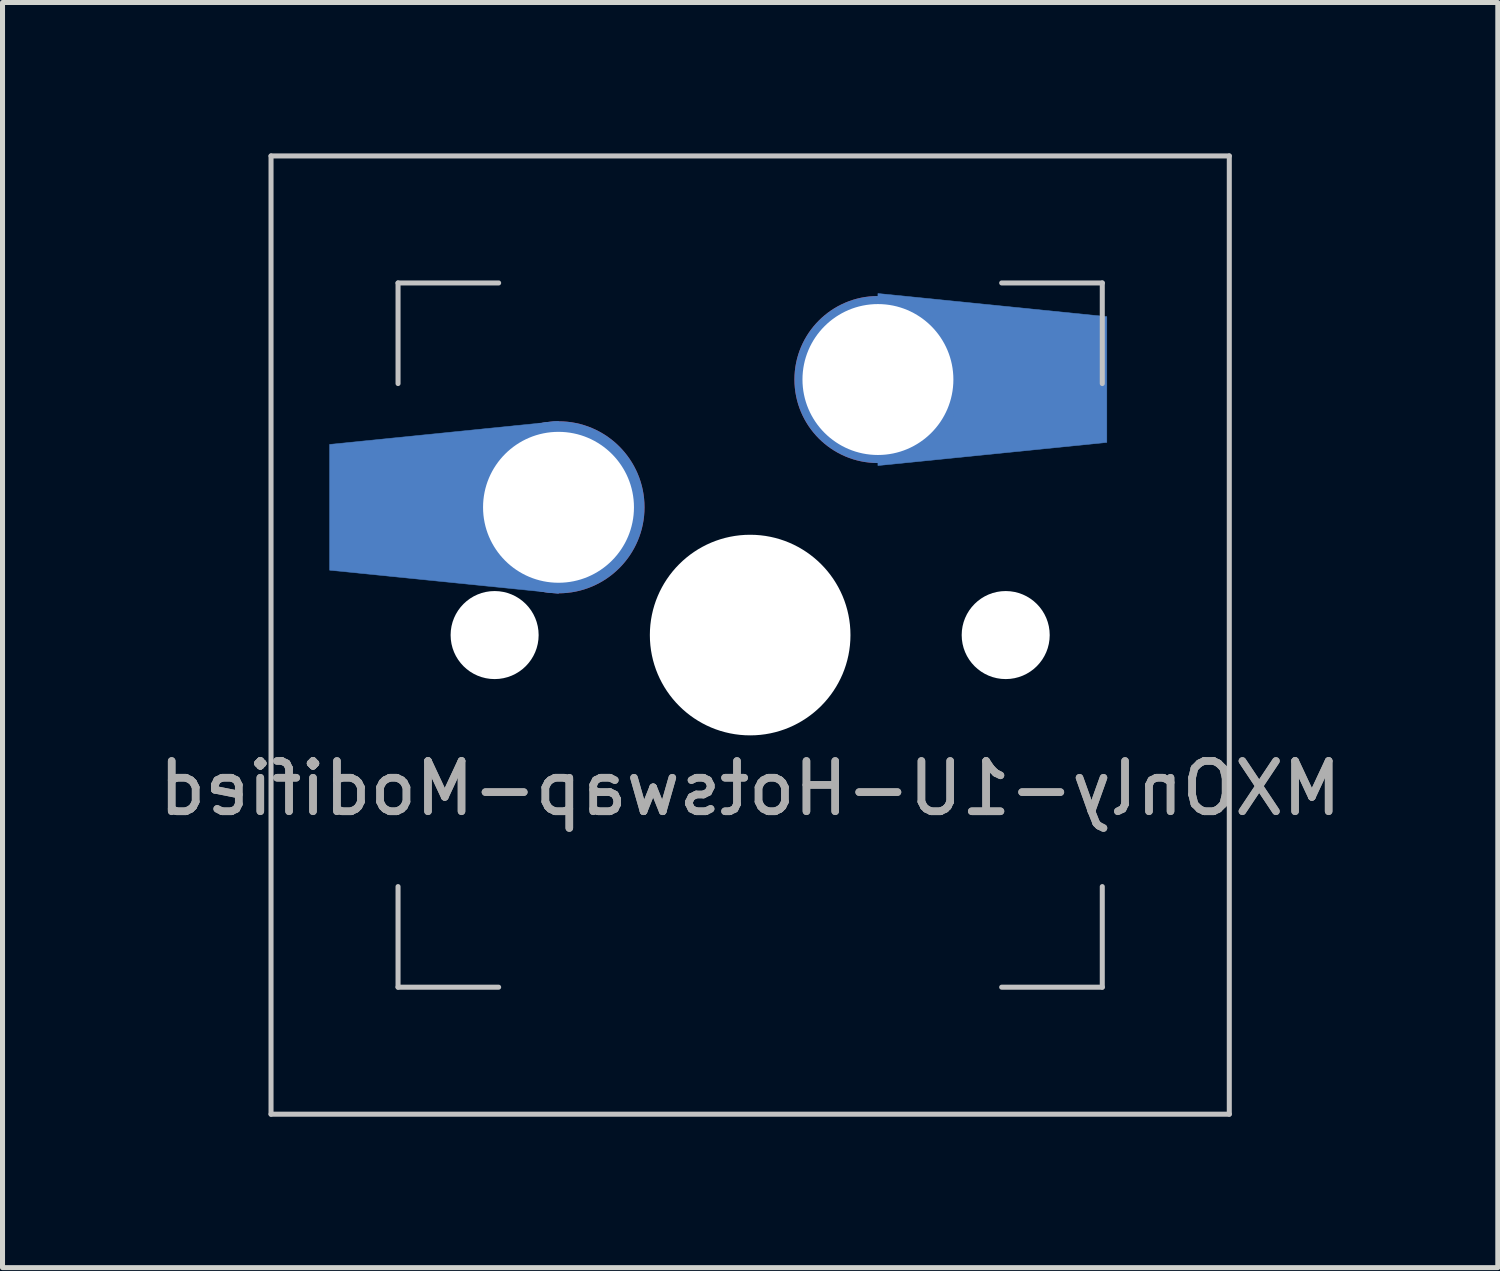
<source format=kicad_pcb>
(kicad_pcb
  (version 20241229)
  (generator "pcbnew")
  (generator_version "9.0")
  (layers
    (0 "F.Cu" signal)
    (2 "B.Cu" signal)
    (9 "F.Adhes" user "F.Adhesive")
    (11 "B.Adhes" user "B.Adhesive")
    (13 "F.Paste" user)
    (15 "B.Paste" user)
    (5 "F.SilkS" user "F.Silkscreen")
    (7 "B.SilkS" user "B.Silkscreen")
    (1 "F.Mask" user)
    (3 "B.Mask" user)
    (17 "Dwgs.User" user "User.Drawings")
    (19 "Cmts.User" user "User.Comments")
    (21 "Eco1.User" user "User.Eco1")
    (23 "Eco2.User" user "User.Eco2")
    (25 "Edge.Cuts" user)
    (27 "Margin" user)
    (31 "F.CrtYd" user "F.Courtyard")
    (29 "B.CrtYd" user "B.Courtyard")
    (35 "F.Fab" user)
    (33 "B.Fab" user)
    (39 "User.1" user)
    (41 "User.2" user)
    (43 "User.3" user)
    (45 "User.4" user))
  (footprint "MXOnly-1U-Hotswap-Modified"
    (layer "F.Cu")
    (at 11.863 9.575)
    (property "Reference" "MXOnly-1U-Hotswap-Modified" (at 0 3.048 0) (layer "F.Fab") (effects (font (size 1 1) (thickness 0.15)) (justify mirror)))
    (attr through_hole)
    (fp_poly (pts (xy -3.81 -4.25) (xy -8.36 -3.79) (xy -8.36 -1.29) (xy -3.81 -0.83) (xy -3.81 -2.54)) (stroke (width 0.01) (type solid)) (fill yes) (layer "B.Cu"))
    (fp_poly (pts (xy 2.54 -3.37) (xy 7.09 -3.83) (xy 7.09 -6.33) (xy 2.54 -6.79) (xy 2.54 -5.08)) (stroke (width 0.01) (type solid)) (fill yes) (layer "B.Cu"))
    (fp_line (start -9.525 -9.525) (end 9.525 -9.525) (stroke (width 0.1) (type solid)) (layer "Dwgs.User"))
    (fp_line (start -9.525 9.525) (end -9.525 -9.525) (stroke (width 0.1) (type solid)) (layer "Dwgs.User"))
    (fp_line (start -7 -7) (end -7 -5) (stroke (width 0.1) (type solid)) (layer "Dwgs.User"))
    (fp_line (start -7 5) (end -7 7) (stroke (width 0.1) (type solid)) (layer "Dwgs.User"))
    (fp_line (start -7 7) (end -5 7) (stroke (width 0.1) (type solid)) (layer "Dwgs.User"))
    (fp_line (start -5 -7) (end -7 -7) (stroke (width 0.1) (type solid)) (layer "Dwgs.User"))
    (fp_line (start 5 -7) (end 7 -7) (stroke (width 0.1) (type solid)) (layer "Dwgs.User"))
    (fp_line (start 5 7) (end 7 7) (stroke (width 0.1) (type solid)) (layer "Dwgs.User"))
    (fp_line (start 7 -7) (end 7 -5) (stroke (width 0.1) (type solid)) (layer "Dwgs.User"))
    (fp_line (start 7 7) (end 7 5) (stroke (width 0.1) (type solid)) (layer "Dwgs.User"))
    (fp_line (start 9.525 -9.525) (end 9.525 9.525) (stroke (width 0.1) (type solid)) (layer "Dwgs.User"))
    (fp_line (start 9.525 9.525) (end -9.525 9.525) (stroke (width 0.1) (type solid)) (layer "Dwgs.User"))
    (fp_text user "${REFERENCE}" (at 0 3.048 0) (layer "F.Fab") (effects (font (size 1 1) (thickness 0.15)) (justify mirror)))
    (pad "" smd rect (at -7.085 -2.54) (size 2.55 2.5) (layers "B.Mask" "B.Paste"))
    (pad "" np_thru_hole circle (at -5.08 0 48.1) (size 1.75 1.75) (drill 1.75) (layers "*.Cu" "*.Mask"))
    (pad "" np_thru_hole circle (at 0 0) (size 3.988 3.988) (drill 3.988) (layers "*.Cu" "*.Mask"))
    (pad "" np_thru_hole circle (at 5.08 0 48.1) (size 1.75 1.75) (drill 1.75) (layers "*.Cu" "*.Mask"))
    (pad "" smd rect (at 5.815 -5.08) (size 2.55 2.5) (layers "B.Mask" "B.Paste"))
    (pad "1" thru_hole circle (at -3.81 -2.54) (size 3.42 3.42) (drill 3) (layers "*.Cu" "*.Mask"))
    (pad "2" thru_hole circle (at 2.54 -5.08) (size 3.32 3.32) (drill 3) (layers "*.Cu" "*.Mask")))
  (gr_rect
    (start -3 -3)
    (end 26.726 22.15)
    (stroke (width 0.1) (type default))
    (fill no)
    (layer "Edge.Cuts")))
</source>
